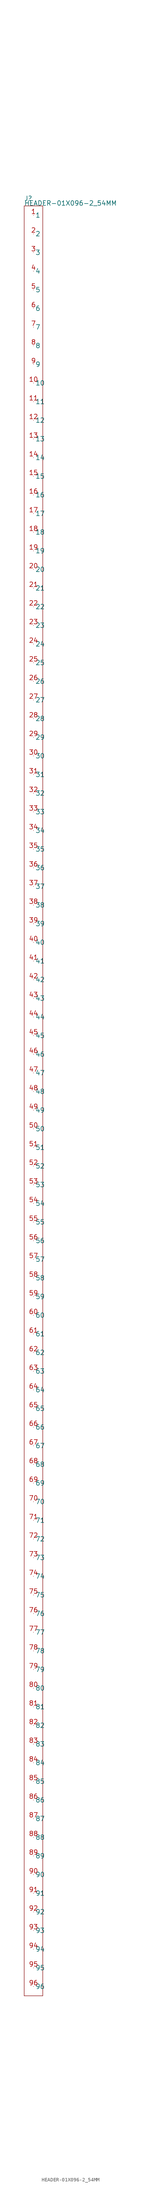
<source format=kicad_sym>
(kicad_symbol_lib
  (version 20211014)
  (generator kicad_symbol_editor)
  (symbol "HEADER-01X096-2_54MM"
    (pin_names)
    (property "Reference" "J"
      (at -2.54 245.11 0)
      (effects (font (size 1.27 1.27)) (justify left bottom)))
    (property "Value" "HEADER-01X096-2_54MM"
      (at -2.54 243.84 0)
      (effects (font (size 1.27 1.27)) (justify left bottom)))
    (property "Datasheet" ""
      (at 0 0 0))
    (property "ki_description" "Header 1x96  - Header Vertical 96POS 2.54MM Technical Specifications: Pitch: 0.1\" (2.54mm) "
      (at 0 0 0))
    (property "ki_fp_filters" "FlashPCB_Connectors:HEADER-THT-01X096-2_54MM FlashPCB_Connectors:HEADER-THT-LONG-01X096-2_54MM FlashPCB_Connectors:HEADER-THT-NOSILK-01X096-2_54MM FlashPCB_Connectors:HEADER-THT-LONG-NOSILK-01X096-2_54MM"
      (at 0 0 0))
    (symbol "HEADER-01X096-2_54MM_1_1"
      (polyline (pts (xy -2.54 243.84) (xy 2.54 243.84)) (stroke (width 0.127)) (fill (type none)))
      (polyline (pts (xy 2.54 243.84) (xy 2.54 -243.84)) (stroke (width 0.127)) (fill (type none)))
      (polyline (pts (xy 2.54 -243.84) (xy -2.54 -243.84)) (stroke (width 0.127)) (fill (type none)))
      (polyline (pts (xy -2.54 -243.84) (xy -2.54 243.84)) (stroke (width 0.127)) (fill (type none)))
      (pin bidirectional line (at 0 241.3 0) (length 0) (name "1" (effects (font (size 1.27 1.27)))) (number "1" (effects (font (size 1.27 1.27)))))
      (pin bidirectional line (at 0 236.22 0) (length 0) (name "2" (effects (font (size 1.27 1.27)))) (number "2" (effects (font (size 1.27 1.27)))))
      (pin bidirectional line (at 0 231.14 0) (length 0) (name "3" (effects (font (size 1.27 1.27)))) (number "3" (effects (font (size 1.27 1.27)))))
      (pin bidirectional line (at 0 226.06 0) (length 0) (name "4" (effects (font (size 1.27 1.27)))) (number "4" (effects (font (size 1.27 1.27)))))
      (pin bidirectional line (at 0 220.98 0) (length 0) (name "5" (effects (font (size 1.27 1.27)))) (number "5" (effects (font (size 1.27 1.27)))))
      (pin bidirectional line (at 0 215.9 0) (length 0) (name "6" (effects (font (size 1.27 1.27)))) (number "6" (effects (font (size 1.27 1.27)))))
      (pin bidirectional line (at 0 210.82 0) (length 0) (name "7" (effects (font (size 1.27 1.27)))) (number "7" (effects (font (size 1.27 1.27)))))
      (pin bidirectional line (at 0 205.74 0) (length 0) (name "8" (effects (font (size 1.27 1.27)))) (number "8" (effects (font (size 1.27 1.27)))))
      (pin bidirectional line (at 0 200.66 0) (length 0) (name "9" (effects (font (size 1.27 1.27)))) (number "9" (effects (font (size 1.27 1.27)))))
      (pin bidirectional line (at 0 195.58 0) (length 0) (name "10" (effects (font (size 1.27 1.27)))) (number "10" (effects (font (size 1.27 1.27)))))
      (pin bidirectional line (at 0 190.5 0) (length 0) (name "11" (effects (font (size 1.27 1.27)))) (number "11" (effects (font (size 1.27 1.27)))))
      (pin bidirectional line (at 0 185.42 0) (length 0) (name "12" (effects (font (size 1.27 1.27)))) (number "12" (effects (font (size 1.27 1.27)))))
      (pin bidirectional line (at 0 180.34 0) (length 0) (name "13" (effects (font (size 1.27 1.27)))) (number "13" (effects (font (size 1.27 1.27)))))
      (pin bidirectional line (at 0 175.26 0) (length 0) (name "14" (effects (font (size 1.27 1.27)))) (number "14" (effects (font (size 1.27 1.27)))))
      (pin bidirectional line (at 0 170.18 0) (length 0) (name "15" (effects (font (size 1.27 1.27)))) (number "15" (effects (font (size 1.27 1.27)))))
      (pin bidirectional line (at 0 165.1 0) (length 0) (name "16" (effects (font (size 1.27 1.27)))) (number "16" (effects (font (size 1.27 1.27)))))
      (pin bidirectional line (at 0 160.02 0) (length 0) (name "17" (effects (font (size 1.27 1.27)))) (number "17" (effects (font (size 1.27 1.27)))))
      (pin bidirectional line (at 0 154.94 0) (length 0) (name "18" (effects (font (size 1.27 1.27)))) (number "18" (effects (font (size 1.27 1.27)))))
      (pin bidirectional line (at 0 149.86 0) (length 0) (name "19" (effects (font (size 1.27 1.27)))) (number "19" (effects (font (size 1.27 1.27)))))
      (pin bidirectional line (at 0 144.78 0) (length 0) (name "20" (effects (font (size 1.27 1.27)))) (number "20" (effects (font (size 1.27 1.27)))))
      (pin bidirectional line (at 0 139.7 0) (length 0) (name "21" (effects (font (size 1.27 1.27)))) (number "21" (effects (font (size 1.27 1.27)))))
      (pin bidirectional line (at 0 134.62 0) (length 0) (name "22" (effects (font (size 1.27 1.27)))) (number "22" (effects (font (size 1.27 1.27)))))
      (pin bidirectional line (at 0 129.54 0) (length 0) (name "23" (effects (font (size 1.27 1.27)))) (number "23" (effects (font (size 1.27 1.27)))))
      (pin bidirectional line (at 0 124.46 0) (length 0) (name "24" (effects (font (size 1.27 1.27)))) (number "24" (effects (font (size 1.27 1.27)))))
      (pin bidirectional line (at 0 119.38 0) (length 0) (name "25" (effects (font (size 1.27 1.27)))) (number "25" (effects (font (size 1.27 1.27)))))
      (pin bidirectional line (at 0 114.3 0) (length 0) (name "26" (effects (font (size 1.27 1.27)))) (number "26" (effects (font (size 1.27 1.27)))))
      (pin bidirectional line (at 0 109.22 0) (length 0) (name "27" (effects (font (size 1.27 1.27)))) (number "27" (effects (font (size 1.27 1.27)))))
      (pin bidirectional line (at 0 104.14 0) (length 0) (name "28" (effects (font (size 1.27 1.27)))) (number "28" (effects (font (size 1.27 1.27)))))
      (pin bidirectional line (at 0 99.06 0) (length 0) (name "29" (effects (font (size 1.27 1.27)))) (number "29" (effects (font (size 1.27 1.27)))))
      (pin bidirectional line (at 0 93.98 0) (length 0) (name "30" (effects (font (size 1.27 1.27)))) (number "30" (effects (font (size 1.27 1.27)))))
      (pin bidirectional line (at 0 88.9 0) (length 0) (name "31" (effects (font (size 1.27 1.27)))) (number "31" (effects (font (size 1.27 1.27)))))
      (pin bidirectional line (at 0 83.82 0) (length 0) (name "32" (effects (font (size 1.27 1.27)))) (number "32" (effects (font (size 1.27 1.27)))))
      (pin bidirectional line (at 0 78.74 0) (length 0) (name "33" (effects (font (size 1.27 1.27)))) (number "33" (effects (font (size 1.27 1.27)))))
      (pin bidirectional line (at 0 73.66 0) (length 0) (name "34" (effects (font (size 1.27 1.27)))) (number "34" (effects (font (size 1.27 1.27)))))
      (pin bidirectional line (at 0 68.58 0) (length 0) (name "35" (effects (font (size 1.27 1.27)))) (number "35" (effects (font (size 1.27 1.27)))))
      (pin bidirectional line (at 0 63.5 0) (length 0) (name "36" (effects (font (size 1.27 1.27)))) (number "36" (effects (font (size 1.27 1.27)))))
      (pin bidirectional line (at 0 58.42 0) (length 0) (name "37" (effects (font (size 1.27 1.27)))) (number "37" (effects (font (size 1.27 1.27)))))
      (pin bidirectional line (at 0 53.34 0) (length 0) (name "38" (effects (font (size 1.27 1.27)))) (number "38" (effects (font (size 1.27 1.27)))))
      (pin bidirectional line (at 0 48.26 0) (length 0) (name "39" (effects (font (size 1.27 1.27)))) (number "39" (effects (font (size 1.27 1.27)))))
      (pin bidirectional line (at 0 43.18 0) (length 0) (name "40" (effects (font (size 1.27 1.27)))) (number "40" (effects (font (size 1.27 1.27)))))
      (pin bidirectional line (at 0 38.1 0) (length 0) (name "41" (effects (font (size 1.27 1.27)))) (number "41" (effects (font (size 1.27 1.27)))))
      (pin bidirectional line (at 0 33.02 0) (length 0) (name "42" (effects (font (size 1.27 1.27)))) (number "42" (effects (font (size 1.27 1.27)))))
      (pin bidirectional line (at 0 27.94 0) (length 0) (name "43" (effects (font (size 1.27 1.27)))) (number "43" (effects (font (size 1.27 1.27)))))
      (pin bidirectional line (at 0 22.86 0) (length 0) (name "44" (effects (font (size 1.27 1.27)))) (number "44" (effects (font (size 1.27 1.27)))))
      (pin bidirectional line (at 0 17.78 0) (length 0) (name "45" (effects (font (size 1.27 1.27)))) (number "45" (effects (font (size 1.27 1.27)))))
      (pin bidirectional line (at 0 12.7 0) (length 0) (name "46" (effects (font (size 1.27 1.27)))) (number "46" (effects (font (size 1.27 1.27)))))
      (pin bidirectional line (at 0 7.62 0) (length 0) (name "47" (effects (font (size 1.27 1.27)))) (number "47" (effects (font (size 1.27 1.27)))))
      (pin bidirectional line (at 0 2.54 0) (length 0) (name "48" (effects (font (size 1.27 1.27)))) (number "48" (effects (font (size 1.27 1.27)))))
      (pin bidirectional line (at 0 -2.54 0) (length 0) (name "49" (effects (font (size 1.27 1.27)))) (number "49" (effects (font (size 1.27 1.27)))))
      (pin bidirectional line (at 0 -7.62 0) (length 0) (name "50" (effects (font (size 1.27 1.27)))) (number "50" (effects (font (size 1.27 1.27)))))
      (pin bidirectional line (at 0 -12.7 0) (length 0) (name "51" (effects (font (size 1.27 1.27)))) (number "51" (effects (font (size 1.27 1.27)))))
      (pin bidirectional line (at 0 -17.78 0) (length 0) (name "52" (effects (font (size 1.27 1.27)))) (number "52" (effects (font (size 1.27 1.27)))))
      (pin bidirectional line (at 0 -22.86 0) (length 0) (name "53" (effects (font (size 1.27 1.27)))) (number "53" (effects (font (size 1.27 1.27)))))
      (pin bidirectional line (at 0 -27.94 0) (length 0) (name "54" (effects (font (size 1.27 1.27)))) (number "54" (effects (font (size 1.27 1.27)))))
      (pin bidirectional line (at 0 -33.02 0) (length 0) (name "55" (effects (font (size 1.27 1.27)))) (number "55" (effects (font (size 1.27 1.27)))))
      (pin bidirectional line (at 0 -38.1 0) (length 0) (name "56" (effects (font (size 1.27 1.27)))) (number "56" (effects (font (size 1.27 1.27)))))
      (pin bidirectional line (at 0 -43.18 0) (length 0) (name "57" (effects (font (size 1.27 1.27)))) (number "57" (effects (font (size 1.27 1.27)))))
      (pin bidirectional line (at 0 -48.26 0) (length 0) (name "58" (effects (font (size 1.27 1.27)))) (number "58" (effects (font (size 1.27 1.27)))))
      (pin bidirectional line (at 0 -53.34 0) (length 0) (name "59" (effects (font (size 1.27 1.27)))) (number "59" (effects (font (size 1.27 1.27)))))
      (pin bidirectional line (at 0 -58.42 0) (length 0) (name "60" (effects (font (size 1.27 1.27)))) (number "60" (effects (font (size 1.27 1.27)))))
      (pin bidirectional line (at 0 -63.5 0) (length 0) (name "61" (effects (font (size 1.27 1.27)))) (number "61" (effects (font (size 1.27 1.27)))))
      (pin bidirectional line (at 0 -68.58 0) (length 0) (name "62" (effects (font (size 1.27 1.27)))) (number "62" (effects (font (size 1.27 1.27)))))
      (pin bidirectional line (at 0 -73.66 0) (length 0) (name "63" (effects (font (size 1.27 1.27)))) (number "63" (effects (font (size 1.27 1.27)))))
      (pin bidirectional line (at 0 -78.74 0) (length 0) (name "64" (effects (font (size 1.27 1.27)))) (number "64" (effects (font (size 1.27 1.27)))))
      (pin bidirectional line (at 0 -83.82 0) (length 0) (name "65" (effects (font (size 1.27 1.27)))) (number "65" (effects (font (size 1.27 1.27)))))
      (pin bidirectional line (at 0 -88.9 0) (length 0) (name "66" (effects (font (size 1.27 1.27)))) (number "66" (effects (font (size 1.27 1.27)))))
      (pin bidirectional line (at 0 -93.98 0) (length 0) (name "67" (effects (font (size 1.27 1.27)))) (number "67" (effects (font (size 1.27 1.27)))))
      (pin bidirectional line (at 0 -99.06 0) (length 0) (name "68" (effects (font (size 1.27 1.27)))) (number "68" (effects (font (size 1.27 1.27)))))
      (pin bidirectional line (at 0 -104.14 0) (length 0) (name "69" (effects (font (size 1.27 1.27)))) (number "69" (effects (font (size 1.27 1.27)))))
      (pin bidirectional line (at 0 -109.22 0) (length 0) (name "70" (effects (font (size 1.27 1.27)))) (number "70" (effects (font (size 1.27 1.27)))))
      (pin bidirectional line (at 0 -114.3 0) (length 0) (name "71" (effects (font (size 1.27 1.27)))) (number "71" (effects (font (size 1.27 1.27)))))
      (pin bidirectional line (at 0 -119.38 0) (length 0) (name "72" (effects (font (size 1.27 1.27)))) (number "72" (effects (font (size 1.27 1.27)))))
      (pin bidirectional line (at 0 -124.46 0) (length 0) (name "73" (effects (font (size 1.27 1.27)))) (number "73" (effects (font (size 1.27 1.27)))))
      (pin bidirectional line (at 0 -129.54 0) (length 0) (name "74" (effects (font (size 1.27 1.27)))) (number "74" (effects (font (size 1.27 1.27)))))
      (pin bidirectional line (at 0 -134.62 0) (length 0) (name "75" (effects (font (size 1.27 1.27)))) (number "75" (effects (font (size 1.27 1.27)))))
      (pin bidirectional line (at 0 -139.7 0) (length 0) (name "76" (effects (font (size 1.27 1.27)))) (number "76" (effects (font (size 1.27 1.27)))))
      (pin bidirectional line (at 0 -144.78 0) (length 0) (name "77" (effects (font (size 1.27 1.27)))) (number "77" (effects (font (size 1.27 1.27)))))
      (pin bidirectional line (at 0 -149.86 0) (length 0) (name "78" (effects (font (size 1.27 1.27)))) (number "78" (effects (font (size 1.27 1.27)))))
      (pin bidirectional line (at 0 -154.94 0) (length 0) (name "79" (effects (font (size 1.27 1.27)))) (number "79" (effects (font (size 1.27 1.27)))))
      (pin bidirectional line (at 0 -160.02 0) (length 0) (name "80" (effects (font (size 1.27 1.27)))) (number "80" (effects (font (size 1.27 1.27)))))
      (pin bidirectional line (at 0 -165.1 0) (length 0) (name "81" (effects (font (size 1.27 1.27)))) (number "81" (effects (font (size 1.27 1.27)))))
      (pin bidirectional line (at 0 -170.18 0) (length 0) (name "82" (effects (font (size 1.27 1.27)))) (number "82" (effects (font (size 1.27 1.27)))))
      (pin bidirectional line (at 0 -175.26 0) (length 0) (name "83" (effects (font (size 1.27 1.27)))) (number "83" (effects (font (size 1.27 1.27)))))
      (pin bidirectional line (at 0 -180.34 0) (length 0) (name "84" (effects (font (size 1.27 1.27)))) (number "84" (effects (font (size 1.27 1.27)))))
      (pin bidirectional line (at 0 -185.42 0) (length 0) (name "85" (effects (font (size 1.27 1.27)))) (number "85" (effects (font (size 1.27 1.27)))))
      (pin bidirectional line (at 0 -190.5 0) (length 0) (name "86" (effects (font (size 1.27 1.27)))) (number "86" (effects (font (size 1.27 1.27)))))
      (pin bidirectional line (at 0 -195.58 0) (length 0) (name "87" (effects (font (size 1.27 1.27)))) (number "87" (effects (font (size 1.27 1.27)))))
      (pin bidirectional line (at 0 -200.66 0) (length 0) (name "88" (effects (font (size 1.27 1.27)))) (number "88" (effects (font (size 1.27 1.27)))))
      (pin bidirectional line (at 0 -205.74 0) (length 0) (name "89" (effects (font (size 1.27 1.27)))) (number "89" (effects (font (size 1.27 1.27)))))
      (pin bidirectional line (at 0 -210.82 0) (length 0) (name "90" (effects (font (size 1.27 1.27)))) (number "90" (effects (font (size 1.27 1.27)))))
      (pin bidirectional line (at 0 -215.9 0) (length 0) (name "91" (effects (font (size 1.27 1.27)))) (number "91" (effects (font (size 1.27 1.27)))))
      (pin bidirectional line (at 0 -220.98 0) (length 0) (name "92" (effects (font (size 1.27 1.27)))) (number "92" (effects (font (size 1.27 1.27)))))
      (pin bidirectional line (at 0 -226.06 0) (length 0) (name "93" (effects (font (size 1.27 1.27)))) (number "93" (effects (font (size 1.27 1.27)))))
      (pin bidirectional line (at 0 -231.14 0) (length 0) (name "94" (effects (font (size 1.27 1.27)))) (number "94" (effects (font (size 1.27 1.27)))))
      (pin bidirectional line (at 0 -236.22 0) (length 0) (name "95" (effects (font (size 1.27 1.27)))) (number "95" (effects (font (size 1.27 1.27)))))
      (pin bidirectional line (at 0 -241.3 0) (length 0) (name "96" (effects (font (size 1.27 1.27)))) (number "96" (effects (font (size 1.27 1.27))))))))
</source>
